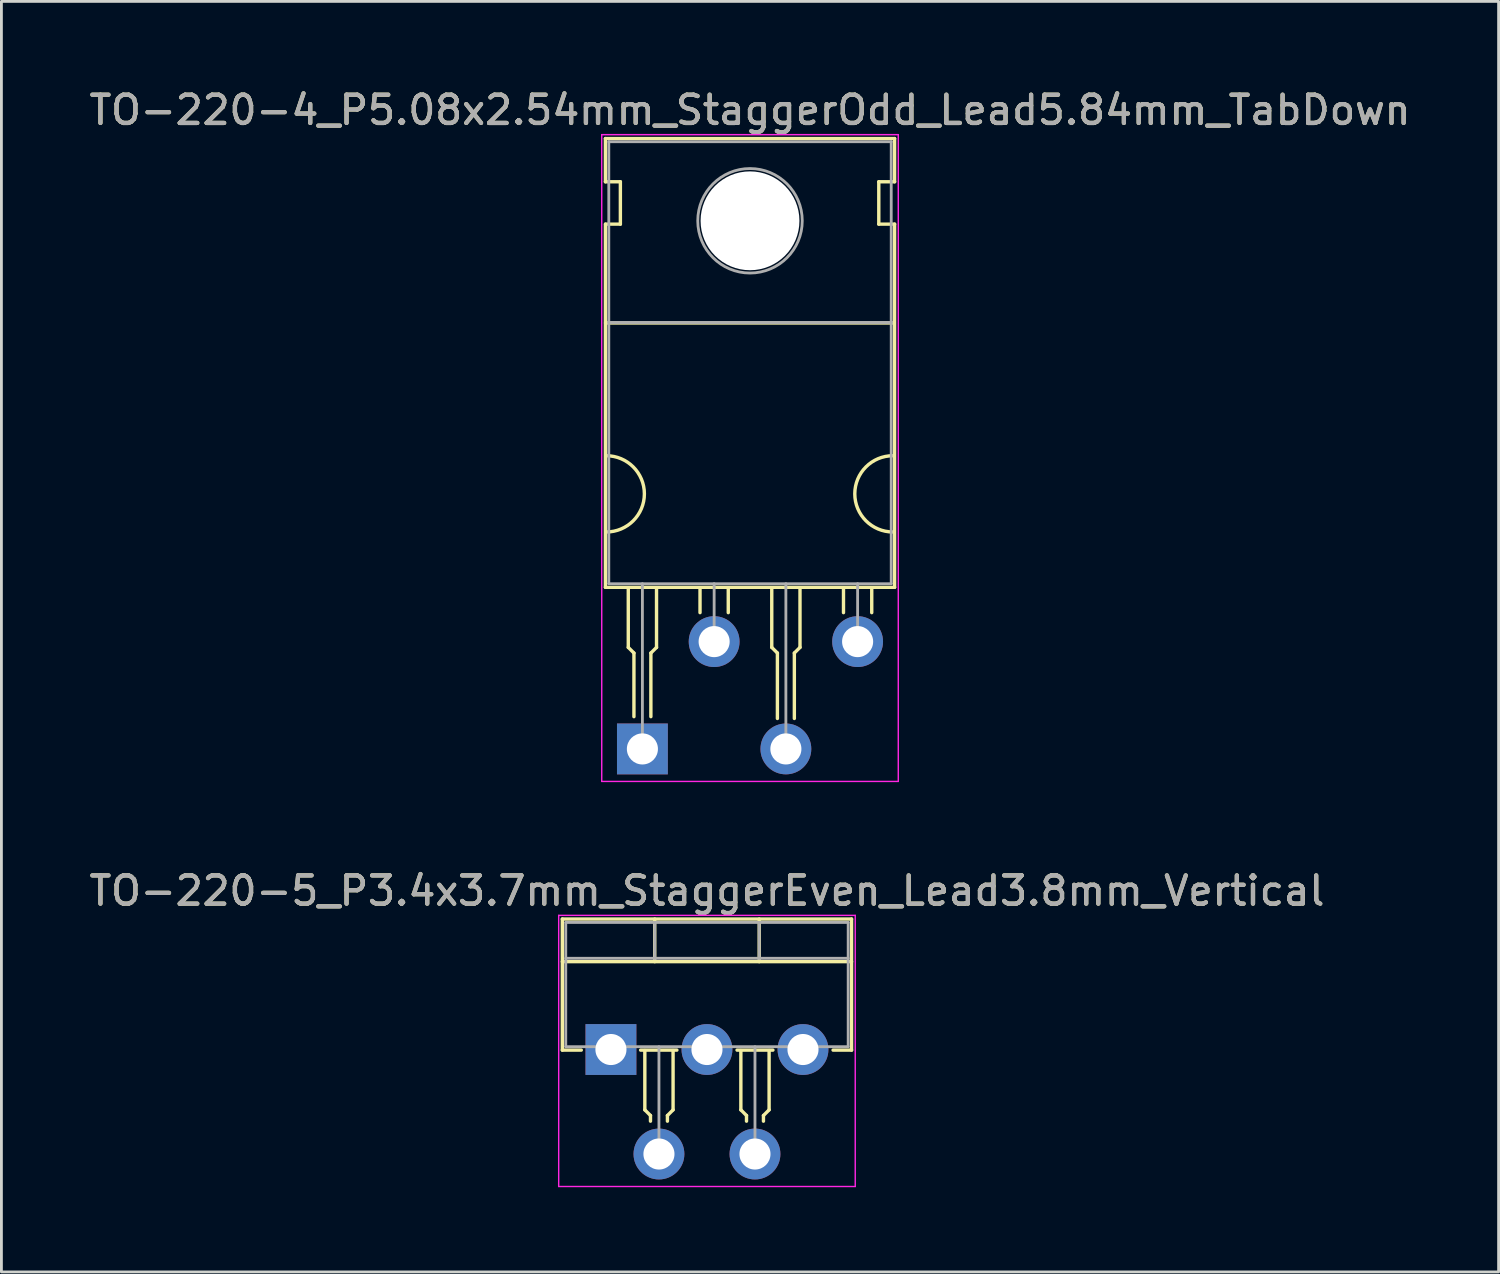
<source format=kicad_pcb>
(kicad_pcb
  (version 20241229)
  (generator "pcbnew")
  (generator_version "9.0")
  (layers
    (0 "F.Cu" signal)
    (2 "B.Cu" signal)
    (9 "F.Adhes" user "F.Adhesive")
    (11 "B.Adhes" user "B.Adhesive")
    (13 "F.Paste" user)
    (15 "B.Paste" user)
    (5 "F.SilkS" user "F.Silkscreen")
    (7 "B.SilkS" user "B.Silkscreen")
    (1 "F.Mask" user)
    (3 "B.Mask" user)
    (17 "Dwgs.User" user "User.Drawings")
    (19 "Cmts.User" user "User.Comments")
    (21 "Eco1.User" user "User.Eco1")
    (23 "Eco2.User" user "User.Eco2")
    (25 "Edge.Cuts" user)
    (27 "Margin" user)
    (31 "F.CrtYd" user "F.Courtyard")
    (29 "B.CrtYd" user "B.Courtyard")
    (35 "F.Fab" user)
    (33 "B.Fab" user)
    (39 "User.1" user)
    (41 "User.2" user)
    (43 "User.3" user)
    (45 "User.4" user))
  (footprint "TO-220-5_P3.4x3.7mm_StaggerEven_Lead3.8mm_Vertical"
    (layer "F.Cu")
    (at 18.582 34.111)
    (property "Reference" "TO-220-5_P3.4x3.7mm_StaggerEven_Lead3.8mm_Vertical" (at 3.4 -5.62 0) (layer "F.SilkS") (effects (font (size 1 1) (thickness 0.15))))
    (attr through_hole)
    (fp_line (start -1.721 -4.62) (end -1.721 0.021) (stroke (width 0.12) (type solid)) (layer "F.SilkS"))
    (fp_line (start -1.721 -4.62) (end 8.52 -4.62) (stroke (width 0.12) (type solid)) (layer "F.SilkS"))
    (fp_line (start -1.721 -3.111) (end 8.52 -3.111) (stroke (width 0.12) (type solid)) (layer "F.SilkS"))
    (fp_line (start -1.721 0.021) (end -1.05 0.021) (stroke (width 0.12) (type solid)) (layer "F.SilkS"))
    (fp_line (start 1.05 0.021) (end 2.335 0.021) (stroke (width 0.12) (type solid)) (layer "F.SilkS"))
    (fp_line (start 1.2 0.036) (end 1.2 2.136) (stroke (width 0.12) (type solid)) (layer "F.SilkS"))
    (fp_line (start 1.2 2.136) (end 1.4 2.337) (stroke (width 0.12) (type solid)) (layer "F.SilkS"))
    (fp_line (start 1.4 2.337) (end 1.4 2.537) (stroke (width 0.12) (type solid)) (layer "F.SilkS"))
    (fp_line (start 1.55 -4.62) (end 1.55 -3.111) (stroke (width 0.12) (type solid)) (layer "F.SilkS"))
    (fp_line (start 2 2.337) (end 2 2.537) (stroke (width 0.12) (type solid)) (layer "F.SilkS"))
    (fp_line (start 2.2 0.036) (end 2.2 2.136) (stroke (width 0.12) (type solid)) (layer "F.SilkS"))
    (fp_line (start 2.2 2.136) (end 2 2.337) (stroke (width 0.12) (type solid)) (layer "F.SilkS"))
    (fp_line (start 4.465 0.021) (end 5.735 0.021) (stroke (width 0.12) (type solid)) (layer "F.SilkS"))
    (fp_line (start 4.6 0.036) (end 4.6 2.136) (stroke (width 0.12) (type solid)) (layer "F.SilkS"))
    (fp_line (start 4.6 2.136) (end 4.8 2.337) (stroke (width 0.12) (type solid)) (layer "F.SilkS"))
    (fp_line (start 4.8 2.337) (end 4.8 2.537) (stroke (width 0.12) (type solid)) (layer "F.SilkS"))
    (fp_line (start 5.25 -4.62) (end 5.25 -3.111) (stroke (width 0.12) (type solid)) (layer "F.SilkS"))
    (fp_line (start 5.4 2.337) (end 5.4 2.537) (stroke (width 0.12) (type solid)) (layer "F.SilkS"))
    (fp_line (start 5.6 0.036) (end 5.6 2.136) (stroke (width 0.12) (type solid)) (layer "F.SilkS"))
    (fp_line (start 5.6 2.136) (end 5.4 2.337) (stroke (width 0.12) (type solid)) (layer "F.SilkS"))
    (fp_line (start 7.865 0.021) (end 8.52 0.021) (stroke (width 0.12) (type solid)) (layer "F.SilkS"))
    (fp_line (start 8.52 -4.62) (end 8.52 0.021) (stroke (width 0.12) (type solid)) (layer "F.SilkS"))
    (fp_line (start -1.85 -4.75) (end -1.85 4.85) (stroke (width 0.05) (type solid)) (layer "F.CrtYd"))
    (fp_line (start -1.85 4.85) (end 8.65 4.85) (stroke (width 0.05) (type solid)) (layer "F.CrtYd"))
    (fp_line (start 8.65 -4.75) (end -1.85 -4.75) (stroke (width 0.05) (type solid)) (layer "F.CrtYd"))
    (fp_line (start 8.65 4.85) (end 8.65 -4.75) (stroke (width 0.05) (type solid)) (layer "F.CrtYd"))
    (fp_line (start -1.6 -4.5) (end -1.6 -0.1) (stroke (width 0.1) (type solid)) (layer "F.Fab"))
    (fp_line (start -1.6 -3.23) (end 8.4 -3.23) (stroke (width 0.1) (type solid)) (layer "F.Fab"))
    (fp_line (start -1.6 -0.1) (end 8.4 -0.1) (stroke (width 0.1) (type solid)) (layer "F.Fab"))
    (fp_line (start 0 -0.1) (end 0 0) (stroke (width 0.1) (type solid)) (layer "F.Fab"))
    (fp_line (start 1.55 -4.5) (end 1.55 -3.23) (stroke (width 0.1) (type solid)) (layer "F.Fab"))
    (fp_line (start 1.7 -0.1) (end 1.7 3.7) (stroke (width 0.1) (type solid)) (layer "F.Fab"))
    (fp_line (start 3.4 -0.1) (end 3.4 0) (stroke (width 0.1) (type solid)) (layer "F.Fab"))
    (fp_line (start 5.1 -0.1) (end 5.1 3.7) (stroke (width 0.1) (type solid)) (layer "F.Fab"))
    (fp_line (start 5.25 -4.5) (end 5.25 -3.23) (stroke (width 0.1) (type solid)) (layer "F.Fab"))
    (fp_line (start 6.8 -0.1) (end 6.8 0) (stroke (width 0.1) (type solid)) (layer "F.Fab"))
    (fp_line (start 8.4 -4.5) (end -1.6 -4.5) (stroke (width 0.1) (type solid)) (layer "F.Fab"))
    (fp_line (start 8.4 -0.1) (end 8.4 -4.5) (stroke (width 0.1) (type solid)) (layer "F.Fab"))
    (fp_text user "${REFERENCE}" (at 3.4 -5.62 0) (layer "F.Fab") (effects (font (size 1 1) (thickness 0.15))))
    (pad "1" thru_hole rect (at 0 0) (size 1.8 1.8) (drill 1.1) (layers "*.Cu" "*.Mask"))
    (pad "2" thru_hole oval (at 1.7 3.7) (size 1.8 1.8) (drill 1.1) (layers "*.Cu" "*.Mask"))
    (pad "3" thru_hole oval (at 3.4 0) (size 1.8 1.8) (drill 1.1) (layers "*.Cu" "*.Mask"))
    (pad "4" thru_hole oval (at 5.1 3.7) (size 1.8 1.8) (drill 1.1) (layers "*.Cu" "*.Mask"))
    (pad "5" thru_hole oval (at 6.8 0) (size 1.8 1.8) (drill 1.1) (layers "*.Cu" "*.Mask")))
  (footprint "TO-220-4_P5.08x2.54mm_StaggerOdd_Lead5.84mm_TabDown"
    (layer "F.Cu")
    (at 19.696 23.468)
    (property "Reference" "TO-220-4_P5.08x2.54mm_StaggerOdd_Lead5.84mm_TabDown" (at 3.81 -22.62 0) (layer "F.SilkS") (effects (font (size 1 1) (thickness 0.15))))
    (attr through_hole)
    (fp_line (start -1.31 -21.612) (end -1.31 -20.082) (stroke (width 0.12) (type solid)) (layer "F.SilkS"))
    (fp_line (start -1.31 -21.612) (end 8.93 -21.612) (stroke (width 0.12) (type solid)) (layer "F.SilkS"))
    (fp_line (start -1.31 -20.082) (end -0.78 -20.082) (stroke (width 0.12) (type solid)) (layer "F.SilkS"))
    (fp_line (start -1.31 -18.582) (end -1.31 -5.722) (stroke (width 0.12) (type solid)) (layer "F.SilkS"))
    (fp_line (start -1.31 -5.722) (end 8.93 -5.722) (stroke (width 0.12) (type solid)) (layer "F.SilkS"))
    (fp_line (start -1.305 -15.082) (end 8.92 -15.082) (stroke (width 0.12) (type solid)) (layer "F.SilkS"))
    (fp_line (start -0.78 -20.082) (end -0.78 -18.582) (stroke (width 0.12) (type solid)) (layer "F.SilkS"))
    (fp_line (start -0.78 -18.582) (end -1.305 -18.582) (stroke (width 0.12) (type solid)) (layer "F.SilkS"))
    (fp_line (start -0.5 -5.696) (end -0.5 -3.595) (stroke (width 0.12) (type solid)) (layer "F.SilkS"))
    (fp_line (start -0.5 -3.595) (end -0.3 -3.396) (stroke (width 0.12) (type solid)) (layer "F.SilkS"))
    (fp_line (start -0.3 -3.396) (end -0.3 -1.143) (stroke (width 0.12) (type solid)) (layer "F.SilkS"))
    (fp_line (start 0.3 -3.396) (end 0.3 -1.143) (stroke (width 0.12) (type solid)) (layer "F.SilkS"))
    (fp_line (start 0.5 -5.696) (end 0.5 -3.595) (stroke (width 0.12) (type solid)) (layer "F.SilkS"))
    (fp_line (start 0.5 -3.595) (end 0.3 -3.396) (stroke (width 0.12) (type solid)) (layer "F.SilkS"))
    (fp_line (start 2.04 -5.696) (end 2.04 -4.826) (stroke (width 0.12) (type solid)) (layer "F.SilkS"))
    (fp_line (start 3.04 -5.696) (end 3.04 -4.826) (stroke (width 0.12) (type solid)) (layer "F.SilkS"))
    (fp_line (start 4.58 -5.696) (end 4.58 -3.595) (stroke (width 0.12) (type solid)) (layer "F.SilkS"))
    (fp_line (start 4.58 -3.595) (end 4.78 -3.396) (stroke (width 0.12) (type solid)) (layer "F.SilkS"))
    (fp_line (start 4.78 -3.396) (end 4.78 -1.079) (stroke (width 0.12) (type solid)) (layer "F.SilkS"))
    (fp_line (start 5.38 -3.396) (end 5.38 -1.079) (stroke (width 0.12) (type solid)) (layer "F.SilkS"))
    (fp_line (start 5.58 -5.696) (end 5.58 -3.595) (stroke (width 0.12) (type solid)) (layer "F.SilkS"))
    (fp_line (start 5.58 -3.595) (end 5.38 -3.396) (stroke (width 0.12) (type solid)) (layer "F.SilkS"))
    (fp_line (start 7.12 -5.696) (end 7.12 -4.826) (stroke (width 0.12) (type solid)) (layer "F.SilkS"))
    (fp_line (start 8.12 -5.696) (end 8.12 -4.826) (stroke (width 0.12) (type solid)) (layer "F.SilkS"))
    (fp_line (start 8.37 -20.082) (end 8.93 -20.082) (stroke (width 0.12) (type solid)) (layer "F.SilkS"))
    (fp_line (start 8.37 -18.582) (end 8.37 -20.082) (stroke (width 0.12) (type solid)) (layer "F.SilkS"))
    (fp_line (start 8.93 -21.612) (end 8.93 -20.082) (stroke (width 0.12) (type solid)) (layer "F.SilkS"))
    (fp_line (start 8.93 -18.582) (end 8.37 -18.582) (stroke (width 0.12) (type solid)) (layer "F.SilkS"))
    (fp_line (start 8.93 -18.582) (end 8.93 -5.722) (stroke (width 0.12) (type solid)) (layer "F.SilkS"))
    (fp_arc (start -1.28 -10.382) (mid 0.07 -9.032) (end -1.28 -7.682) (stroke (width 0.12) (type solid)) (layer "F.SilkS"))
    (fp_arc (start 8.87 -7.682) (mid 7.52 -9.032) (end 8.87 -10.382) (stroke (width 0.12) (type solid)) (layer "F.SilkS"))
    (fp_line (start -1.44 -21.75) (end -1.44 1.15) (stroke (width 0.05) (type solid)) (layer "F.CrtYd"))
    (fp_line (start -1.44 1.15) (end 9.06 1.15) (stroke (width 0.05) (type solid)) (layer "F.CrtYd"))
    (fp_line (start 9.06 -21.75) (end -1.44 -21.75) (stroke (width 0.05) (type solid)) (layer "F.CrtYd"))
    (fp_line (start 9.06 1.15) (end 9.06 -21.75) (stroke (width 0.05) (type solid)) (layer "F.CrtYd"))
    (fp_line (start -1.19 -21.5) (end 8.81 -21.5) (stroke (width 0.1) (type solid)) (layer "F.Fab"))
    (fp_line (start -1.19 -15.1) (end -1.19 -21.5) (stroke (width 0.1) (type solid)) (layer "F.Fab"))
    (fp_line (start -1.19 -15.1) (end 8.81 -15.1) (stroke (width 0.1) (type solid)) (layer "F.Fab"))
    (fp_line (start -1.19 -5.85) (end -1.19 -15.1) (stroke (width 0.1) (type solid)) (layer "F.Fab"))
    (fp_line (start 0 -5.85) (end 0 0) (stroke (width 0.1) (type solid)) (layer "F.Fab"))
    (fp_line (start 2.54 -5.85) (end 2.54 -3.8) (stroke (width 0.1) (type solid)) (layer "F.Fab"))
    (fp_line (start 5.08 -5.85) (end 5.08 0) (stroke (width 0.1) (type solid)) (layer "F.Fab"))
    (fp_line (start 7.62 -5.85) (end 7.62 -3.8) (stroke (width 0.1) (type solid)) (layer "F.Fab"))
    (fp_line (start 8.81 -21.5) (end 8.81 -15.1) (stroke (width 0.1) (type solid)) (layer "F.Fab"))
    (fp_line (start 8.81 -15.1) (end -1.19 -15.1) (stroke (width 0.1) (type solid)) (layer "F.Fab"))
    (fp_line (start 8.81 -15.1) (end 8.81 -5.85) (stroke (width 0.1) (type solid)) (layer "F.Fab"))
    (fp_line (start 8.81 -5.85) (end -1.19 -5.85) (stroke (width 0.1) (type solid)) (layer "F.Fab"))
    (fp_circle (center 3.81 -18.7) (end 5.66 -18.7) (stroke (width 0.1) (type solid)) (fill no) (layer "F.Fab"))
    (fp_text user "${REFERENCE}" (at 3.81 -22.62 0) (layer "F.Fab") (effects (font (size 1 1) (thickness 0.15))))
    (pad "" np_thru_hole oval (at 3.81 -18.7) (size 3.5 3.5) (drill 3.5) (layers "*.Cu" "*.Mask"))
    (pad "1" thru_hole rect (at 0 0) (size 1.8 1.8) (drill 1.1) (layers "*.Cu" "*.Mask"))
    (pad "2" thru_hole oval (at 2.54 -3.8) (size 1.8 1.8) (drill 1.1) (layers "*.Cu" "*.Mask"))
    (pad "3" thru_hole oval (at 5.08 0) (size 1.8 1.8) (drill 1.1) (layers "*.Cu" "*.Mask"))
    (pad "4" thru_hole oval (at 7.62 -3.8) (size 1.8 1.8) (drill 1.1) (layers "*.Cu" "*.Mask")))
  (gr_rect
    (start -3 -3)
    (end 50.012 41.986)
    (stroke (width 0.1) (type default))
    (fill no)
    (layer "Edge.Cuts")))
</source>
